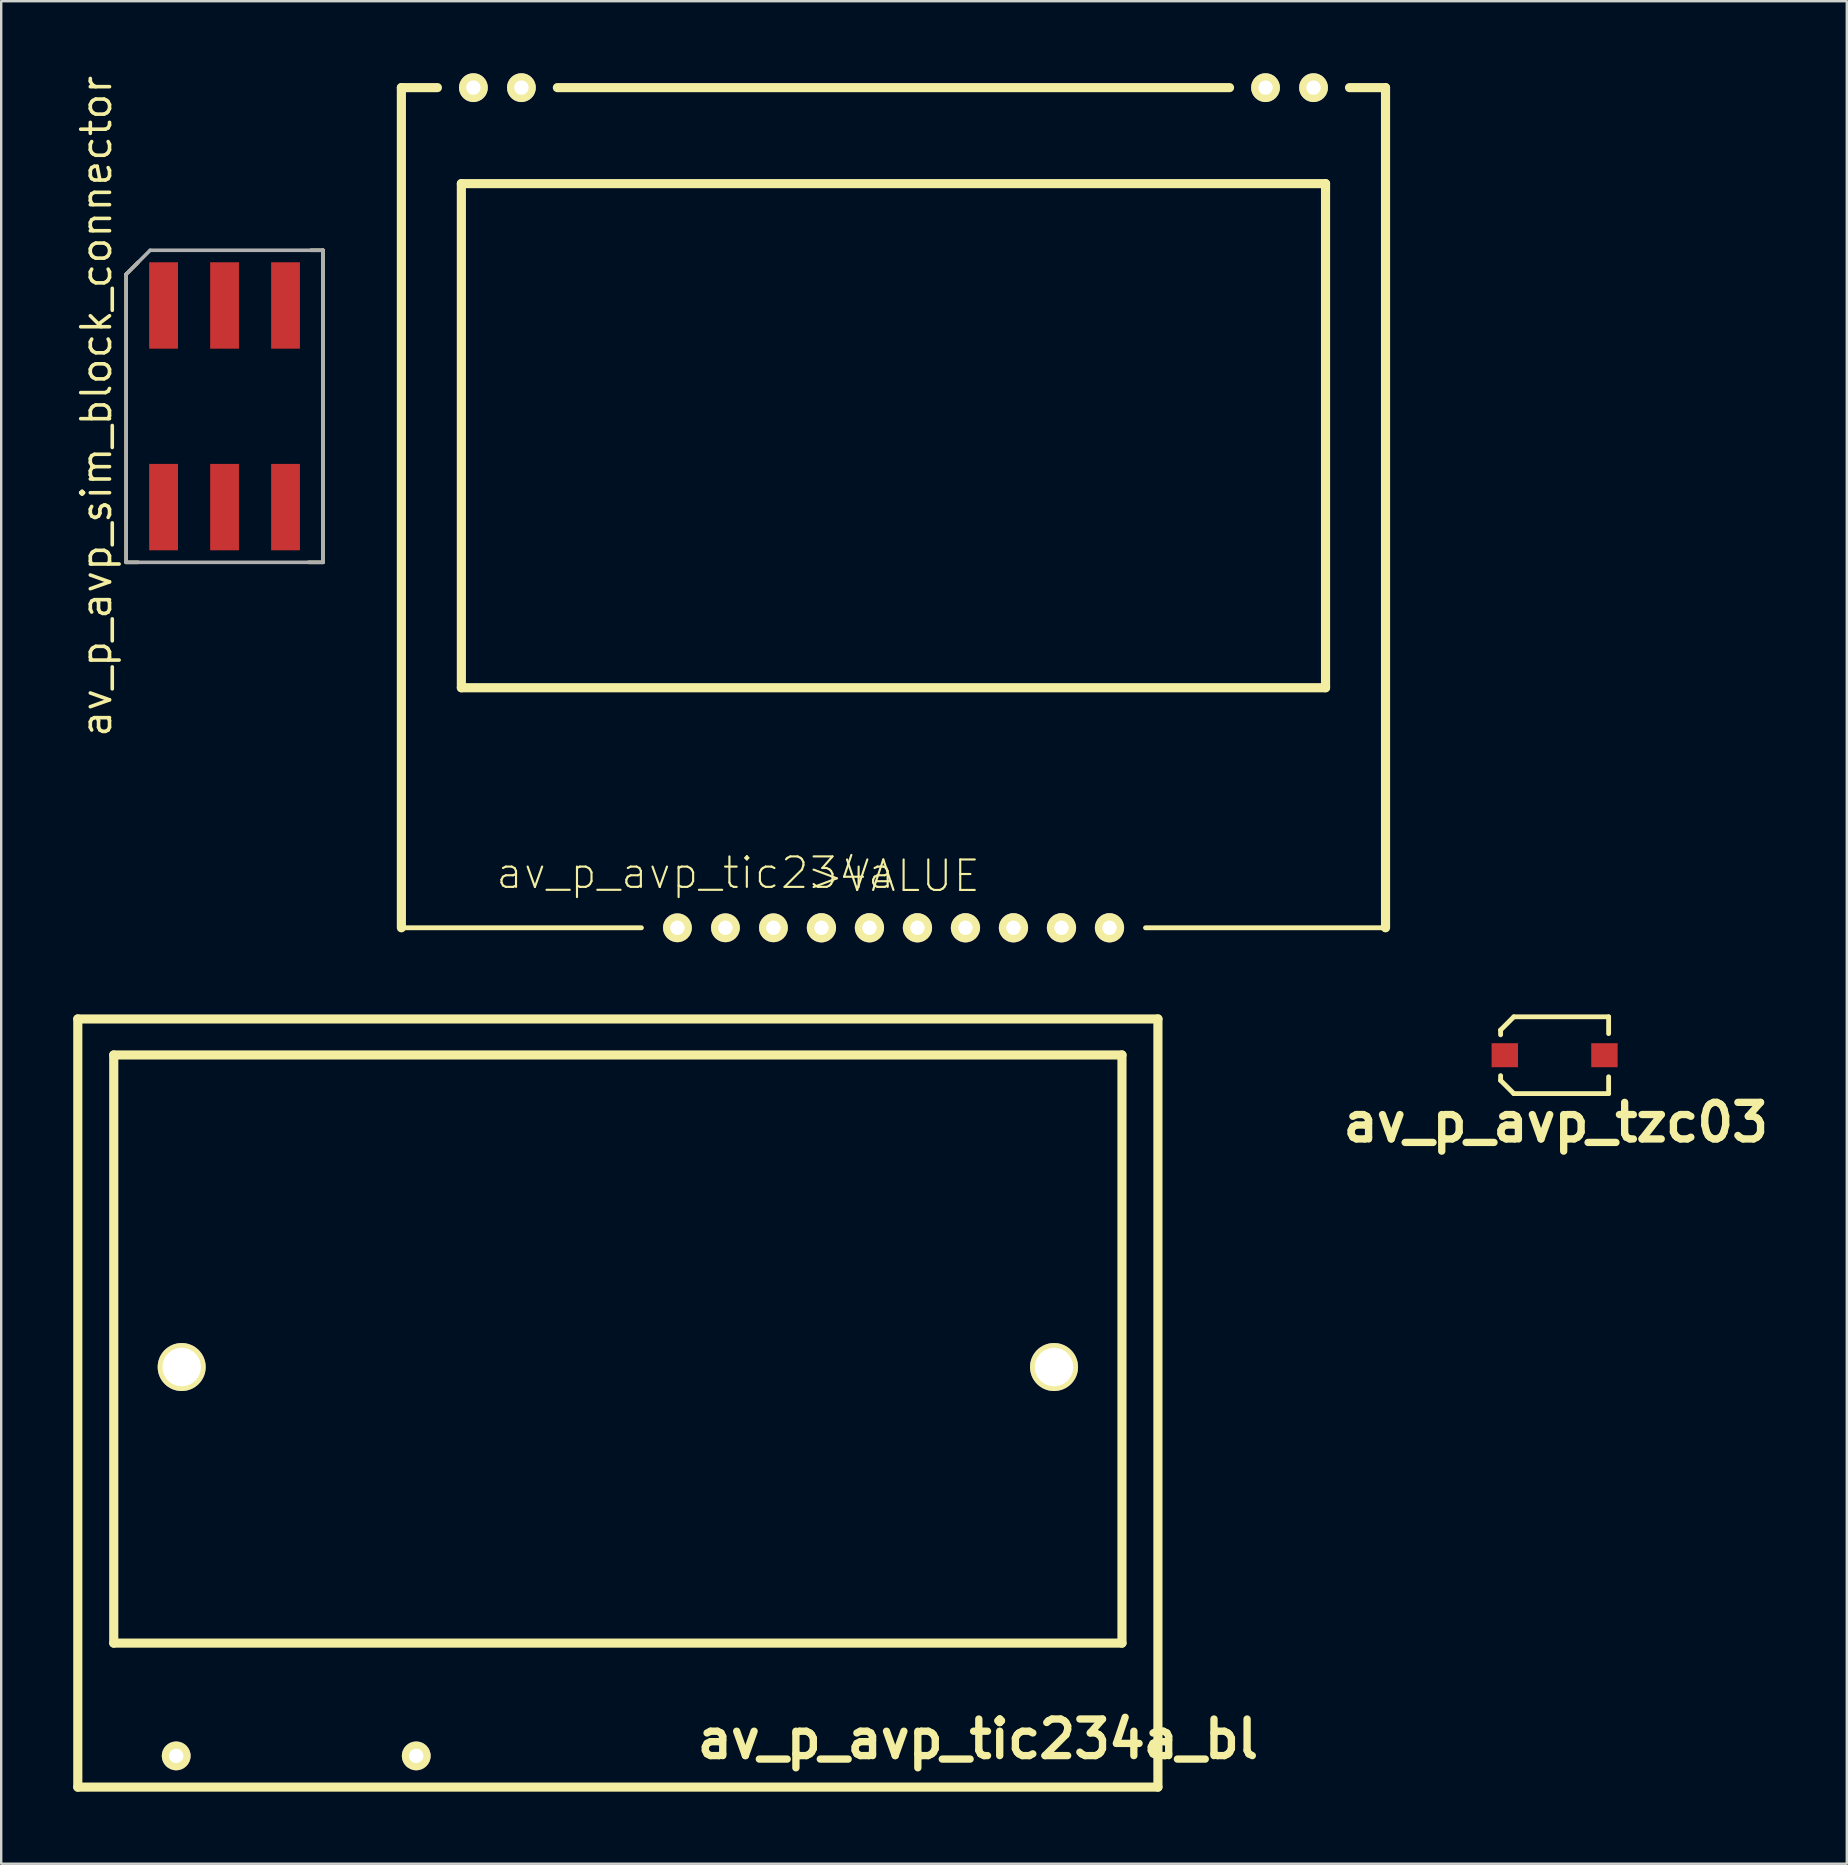
<source format=kicad_pcb>
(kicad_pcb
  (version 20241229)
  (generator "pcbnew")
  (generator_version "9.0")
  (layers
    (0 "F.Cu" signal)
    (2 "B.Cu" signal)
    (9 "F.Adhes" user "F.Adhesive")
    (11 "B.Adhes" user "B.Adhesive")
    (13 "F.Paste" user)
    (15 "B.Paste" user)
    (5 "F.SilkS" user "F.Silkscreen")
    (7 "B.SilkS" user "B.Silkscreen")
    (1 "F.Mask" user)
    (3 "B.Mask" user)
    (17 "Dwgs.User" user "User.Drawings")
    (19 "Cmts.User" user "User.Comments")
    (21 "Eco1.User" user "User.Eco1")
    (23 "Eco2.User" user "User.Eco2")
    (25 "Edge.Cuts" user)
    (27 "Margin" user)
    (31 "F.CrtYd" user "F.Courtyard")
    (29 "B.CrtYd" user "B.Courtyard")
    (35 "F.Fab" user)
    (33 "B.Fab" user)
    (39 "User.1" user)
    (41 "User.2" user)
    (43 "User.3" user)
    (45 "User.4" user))
  (footprint "av_p_avp_tzc03"
    (layer "F.Cu")
    (at 61.715 40.91)
    (property "Reference" "av_p_avp_tzc03" (at 0.051 2.799 0) (layer "F.SilkS") (effects (font (size 1.524 1.524) (thickness 0.305))))
    (attr through_hole)
    (fp_line (start -2.25 -1.049) (end -2.25 -0.851) (stroke (width 0.201) (type solid)) (layer "F.SilkS"))
    (fp_line (start -2.25 1.049) (end -2.25 0.851) (stroke (width 0.201) (type solid)) (layer "F.SilkS"))
    (fp_line (start -1.699 -1.6) (end -2.25 -1.049) (stroke (width 0.201) (type solid)) (layer "F.SilkS"))
    (fp_line (start -1.699 1.6) (end -2.25 1.049) (stroke (width 0.201) (type solid)) (layer "F.SilkS"))
    (fp_line (start 2.25 -1.6) (end -1.699 -1.6) (stroke (width 0.201) (type solid)) (layer "F.SilkS"))
    (fp_line (start 2.25 -0.899) (end 2.25 -1.6) (stroke (width 0.201) (type solid)) (layer "F.SilkS"))
    (fp_line (start 2.25 0.899) (end 2.25 1.6) (stroke (width 0.201) (type solid)) (layer "F.SilkS"))
    (fp_line (start 2.25 1.6) (end -1.699 1.6) (stroke (width 0.201) (type solid)) (layer "F.SilkS"))
    (pad "1" smd rect (at -2.075 0) (size 1.1 1.001) (layers "F.Cu" "F.Mask" "F.Paste"))
    (pad "2" smd rect (at 2.075 0) (size 1.1 1.001) (layers "F.Cu" "F.Mask" "F.Paste")))
  (footprint "av_p_avp_sim_block_connector"
    (layer "F.Cu")
    (at 6.305 13.876)
    (property "Reference" "av_p_avp_sim_block_connector" (at -5.34 0 90) (layer "F.SilkS") (effects (font (size 1.2 1.2) (thickness 0.15))))
    (attr through_hole)
    (fp_line (start -4.1 -5.5) (end -3.6 -6) (stroke (width 0.15) (type solid)) (layer "F.SilkS"))
    (fp_line (start -4.1 6.5) (end -4.1 -5.5) (stroke (width 0.15) (type solid)) (layer "F.SilkS"))
    (fp_line (start -3.6 6.5) (end -4.1 6.5) (stroke (width 0.15) (type solid)) (layer "F.SilkS"))
    (fp_line (start 3.6 -6.5) (end 4.1 -6.5) (stroke (width 0.15) (type solid)) (layer "F.SilkS"))
    (fp_line (start 4.1 -6.5) (end 4.1 6.5) (stroke (width 0.15) (type solid)) (layer "F.SilkS"))
    (fp_line (start 4.1 6.5) (end 3.5 6.5) (stroke (width 0.15) (type solid)) (layer "F.SilkS"))
    (fp_line (start -4.1 -5.5) (end -4.1 6.5) (stroke (width 0.15) (type solid)) (layer "F.Fab"))
    (fp_line (start -4.1 6.5) (end 4.1 6.5) (stroke (width 0.15) (type solid)) (layer "F.Fab"))
    (fp_line (start -3.1 -6.5) (end -4.1 -5.5) (stroke (width 0.15) (type solid)) (layer "F.Fab"))
    (fp_line (start 4.1 -6.5) (end -3.1 -6.5) (stroke (width 0.15) (type solid)) (layer "F.Fab"))
    (fp_line (start 4.1 6.5) (end 4.1 -6.5) (stroke (width 0.15) (type solid)) (layer "F.Fab"))
    (pad "1" smd rect (at 2.54 4.2) (size 1.2 3.6) (layers "F.Cu" "F.Mask" "F.Paste"))
    (pad "2" smd rect (at 0 4.2) (size 1.2 3.6) (layers "F.Cu" "F.Mask" "F.Paste"))
    (pad "3" smd rect (at -2.54 4.2) (size 1.2 3.6) (layers "F.Cu" "F.Mask" "F.Paste"))
    (pad "5" smd rect (at 2.54 -4.2) (size 1.2 3.6) (layers "F.Cu" "F.Mask" "F.Paste"))
    (pad "6" smd rect (at 0 -4.2) (size 1.2 3.6) (layers "F.Cu" "F.Mask" "F.Paste"))
    (pad "7" smd rect (at -2.54 -4.2) (size 1.2 3.6) (layers "F.Cu" "F.Mask" "F.Paste")))
  (footprint "av_p_avp_tic234a_bl"
    (layer "F.Cu")
    (at 22.69 53.9)
    (property "Reference" "av_p_avp_tic234a_bl" (at 15.001 15.499 0) (layer "F.SilkS") (effects (font (size 1.524 1.524) (thickness 0.305))))
    (attr through_hole)
    (fp_line (start -22.499 -14.501) (end 22.499 -14.501) (stroke (width 0.381) (type solid)) (layer "F.SilkS"))
    (fp_line (start -22.499 17.501) (end -22.499 -14.501) (stroke (width 0.381) (type solid)) (layer "F.SilkS"))
    (fp_line (start -21.001 -13) (end 21.001 -13) (stroke (width 0.381) (type solid)) (layer "F.SilkS"))
    (fp_line (start -21.001 11.501) (end -21.001 -13) (stroke (width 0.381) (type solid)) (layer "F.SilkS"))
    (fp_line (start 21.001 -13) (end 21.001 11.501) (stroke (width 0.381) (type solid)) (layer "F.SilkS"))
    (fp_line (start 21.001 11.501) (end -21.001 11.501) (stroke (width 0.381) (type solid)) (layer "F.SilkS"))
    (fp_line (start 22.499 -14.501) (end 22.499 17.501) (stroke (width 0.381) (type solid)) (layer "F.SilkS"))
    (fp_line (start 22.499 17.501) (end -22.499 17.501) (stroke (width 0.381) (type solid)) (layer "F.SilkS"))
    (pad "" np_thru_hole circle (at -18.171 0) (size 1.999 1.999) (drill 1.6) (layers "*.Cu" "*.Mask" "F.SilkS"))
    (pad "" np_thru_hole circle (at 18.171 0) (size 1.999 1.999) (drill 1.6) (layers "*.Cu" "*.Mask" "F.SilkS"))
    (pad "1" thru_hole circle (at -18.4 16.2) (size 1.199 1.199) (drill 0.599) (layers "*.Cu" "*.Mask" "F.SilkS"))
    (pad "2" thru_hole circle (at -8.4 16.2) (size 1.199 1.199) (drill 0.599) (layers "*.Cu" "*.Mask" "F.SilkS")))
  (footprint "av_p_avp_tic234a"
    (layer "F.Cu")
    (at 34.171 35.601)
    (property "Reference" "av_p_avp_tic234a" (at -8.255 -2.286 0) (layer "F.SilkS") (effects (font (size 1.27 1.27) (thickness 0.089))))
    (attr through_hole)
    (fp_line (start -20.5 -35.001) (end -20.5 0) (stroke (width 0.381) (type solid)) (layer "F.SilkS"))
    (fp_line (start -20.5 0) (end -10.5 0) (stroke (width 0.201) (type solid)) (layer "F.SilkS"))
    (fp_line (start -18.999 -35.001) (end -20.5 -35.001) (stroke (width 0.381) (type solid)) (layer "F.SilkS"))
    (fp_line (start -18.001 -31.001) (end -18.001 -10) (stroke (width 0.381) (type solid)) (layer "F.SilkS"))
    (fp_line (start -18.001 -10) (end 18.001 -10) (stroke (width 0.381) (type solid)) (layer "F.SilkS"))
    (fp_line (start -14.001 -35.001) (end 14.001 -35.001) (stroke (width 0.381) (type solid)) (layer "F.SilkS"))
    (fp_line (start 18.001 -31.001) (end -18.001 -31.001) (stroke (width 0.381) (type solid)) (layer "F.SilkS"))
    (fp_line (start 18.001 -10) (end 18.001 -31.001) (stroke (width 0.381) (type solid)) (layer "F.SilkS"))
    (fp_line (start 18.999 -35.001) (end 20.5 -35.001) (stroke (width 0.381) (type solid)) (layer "F.SilkS"))
    (fp_line (start 20.5 -35.001) (end 20.5 0) (stroke (width 0.381) (type solid)) (layer "F.SilkS"))
    (fp_line (start 20.5 0) (end 10.5 0) (stroke (width 0.201) (type solid)) (layer "F.SilkS"))
    (fp_text user ">VALUE" (at 0 -2.159 0) (layer "F.SilkS") (effects (font (size 1.27 1.27) (thickness 0.089))))
    (pad "1" thru_hole circle (at 9 0) (size 1.217 1.217) (drill 0.599) (layers "*.Cu" "F.Mask" "F.SilkS" "F.Paste"))
    (pad "2" thru_hole circle (at 7 0) (size 1.217 1.217) (drill 0.599) (layers "*.Cu" "F.Mask" "F.SilkS" "F.Paste"))
    (pad "3" thru_hole circle (at 5 0) (size 1.217 1.217) (drill 0.599) (layers "*.Cu" "F.Mask" "F.SilkS" "F.Paste"))
    (pad "4" thru_hole circle (at 3 0) (size 1.217 1.217) (drill 0.599) (layers "*.Cu" "F.Mask" "F.SilkS" "F.Paste"))
    (pad "5" thru_hole circle (at 1 0) (size 1.217 1.217) (drill 0.599) (layers "*.Cu" "F.Mask" "F.SilkS" "F.Paste"))
    (pad "6" thru_hole circle (at -1 0) (size 1.217 1.217) (drill 0.599) (layers "*.Cu" "F.Mask" "F.SilkS" "F.Paste"))
    (pad "7" thru_hole circle (at -3 0) (size 1.217 1.217) (drill 0.599) (layers "*.Cu" "F.Mask" "F.SilkS" "F.Paste"))
    (pad "8" thru_hole circle (at -5 0) (size 1.201 1.201) (drill 0.599) (layers "*.Cu" "*.Mask" "F.SilkS"))
    (pad "9" thru_hole circle (at -7 0) (size 1.201 1.201) (drill 0.599) (layers "*.Cu" "*.Mask" "F.SilkS"))
    (pad "10" thru_hole circle (at -9 0) (size 1.201 1.201) (drill 0.599) (layers "*.Cu" "*.Mask" "F.SilkS"))
    (pad "11" thru_hole circle (at 17.5 -35) (size 1.201 1.201) (drill 0.599) (layers "*.Cu" "*.Mask" "F.SilkS"))
    (pad "12" thru_hole circle (at 15.5 -35) (size 1.201 1.201) (drill 0.599) (layers "*.Cu" "*.Mask" "F.SilkS"))
    (pad "13" thru_hole circle (at -15.5 -35) (size 1.201 1.201) (drill 0.599) (layers "*.Cu" "*.Mask" "F.SilkS"))
    (pad "14" thru_hole circle (at -17.5 -35) (size 1.201 1.201) (drill 0.599) (layers "*.Cu" "*.Mask" "F.SilkS")))
  (gr_rect
    (start -3 -3)
    (end 73.888 74.592)
    (stroke (width 0.1) (type default))
    (fill no)
    (layer "Edge.Cuts")))
</source>
